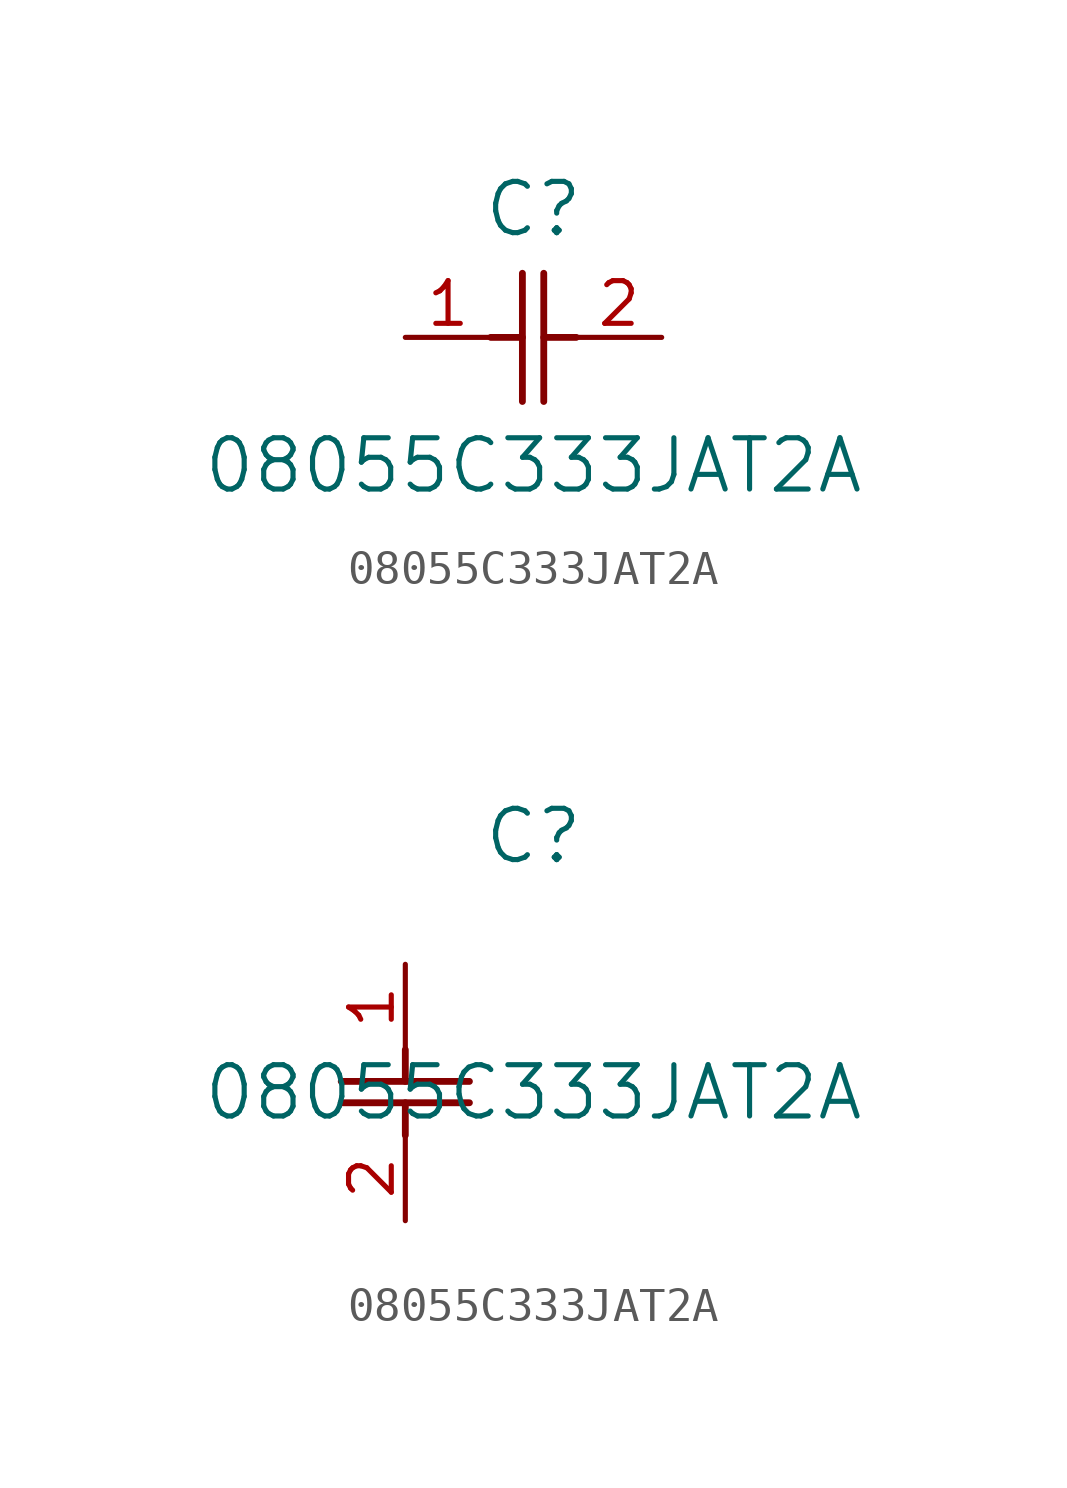
<source format=kicad_sym>
(kicad_symbol_lib
  (version 20211014)
  (generator kicad_symbol_editor)
  (symbol "08055C333JAT2A"
    (pin_names
      (offset 0.254))
    (property "Reference" "C"
      (at 3.81 3.81 0)
      (effects (font (size 1.524 1.524))))
    (property "Value" "08055C333JAT2A"
      (at 3.81 -3.81 0)
      (effects (font (size 1.524 1.524))))
    (symbol "08055C333JAT2A_1_1"
      (polyline (pts (xy 3.48 -1.905) (xy 3.48 1.905)) (stroke (width 0.203) (type default) (color 0 0 0 0)) (fill (type none)))
      (polyline (pts (xy 4.115 -1.905) (xy 4.115 1.905)) (stroke (width 0.203) (type default) (color 0 0 0 0)) (fill (type none)))
      (polyline (pts (xy 4.115 0) (xy 5.08 0)) (stroke (width 0.203) (type default) (color 0 0 0 0)) (fill (type none)))
      (polyline (pts (xy 2.54 0) (xy 3.48 0)) (stroke (width 0.203) (type default) (color 0 0 0 0)) (fill (type none)))
      (pin unspecified line (at 0 0 0) (length 2.54) (name "" (effects (font (size 1.27 1.27)))) (number "1" (effects (font (size 1.27 1.27)))))
      (pin unspecified line (at 7.62 0 180) (length 2.54) (name "" (effects (font (size 1.27 1.27)))) (number "2" (effects (font (size 1.27 1.27))))))
    (symbol "08055C333JAT2A_1_2"
      (polyline (pts (xy -1.905 -3.48) (xy 1.905 -3.48)) (stroke (width 0.203) (type default) (color 0 0 0 0)) (fill (type none)))
      (polyline (pts (xy -1.905 -4.115) (xy 1.905 -4.115)) (stroke (width 0.203) (type default) (color 0 0 0 0)) (fill (type none)))
      (polyline (pts (xy 0 -4.115) (xy 0 -5.08)) (stroke (width 0.203) (type default) (color 0 0 0 0)) (fill (type none)))
      (polyline (pts (xy 0 -2.54) (xy 0 -3.48)) (stroke (width 0.203) (type default) (color 0 0 0 0)) (fill (type none)))
      (pin unspecified line (at 0 0 270) (length 2.54) (name "" (effects (font (size 1.27 1.27)))) (number "1" (effects (font (size 1.27 1.27)))))
      (pin unspecified line (at 0 -7.62 90) (length 2.54) (name "" (effects (font (size 1.27 1.27)))) (number "2" (effects (font (size 1.27 1.27))))))))
</source>
